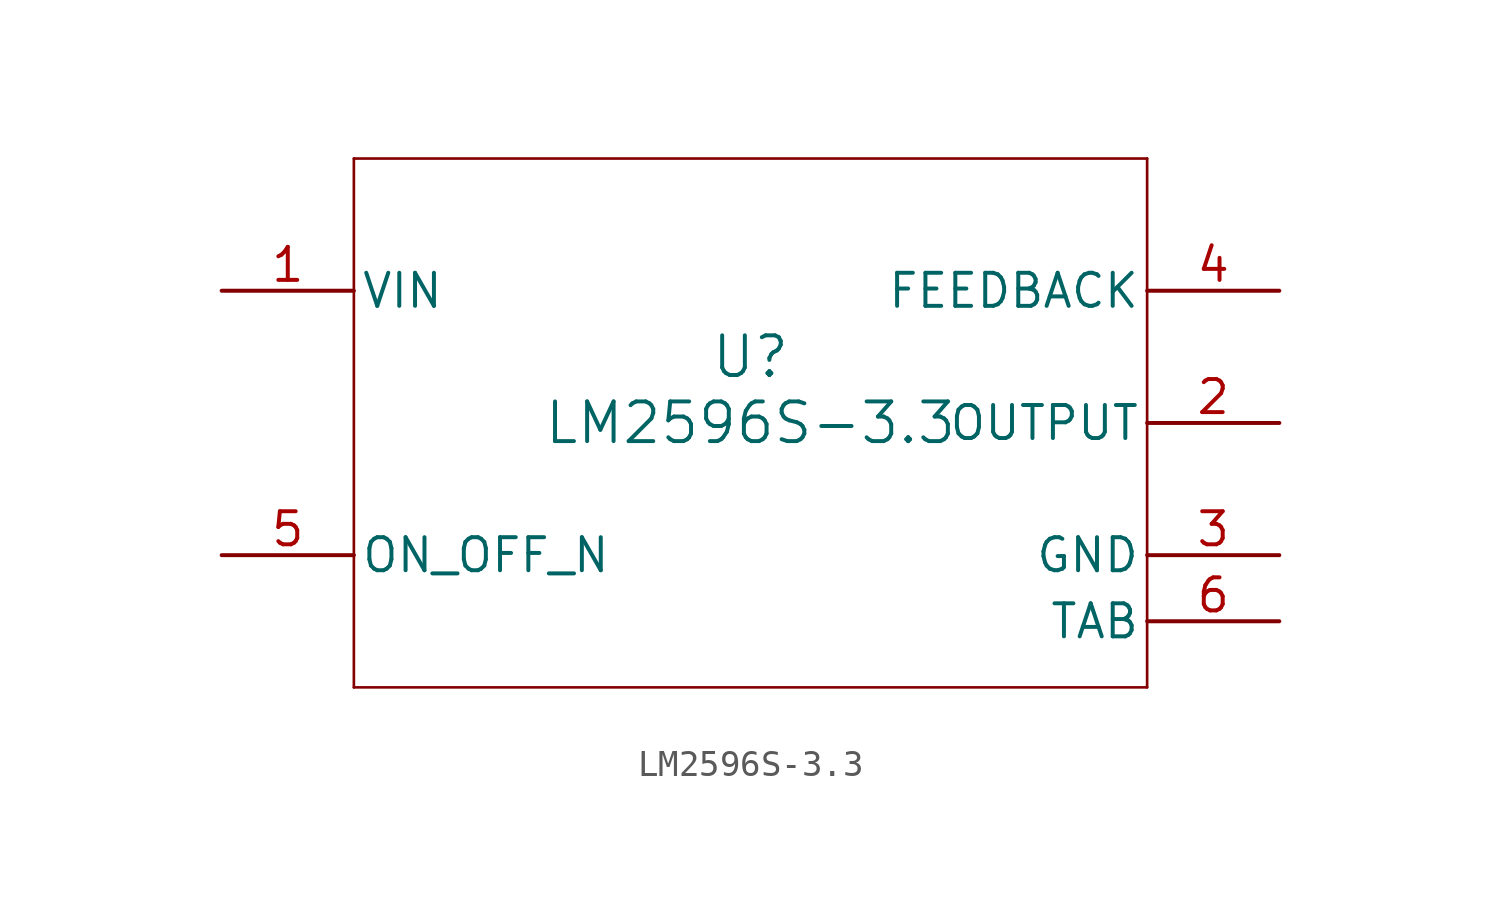
<source format=kicad_sym>
(kicad_symbol_lib
  (version 20211014)
  (generator kicad_symbol_editor)
  (symbol "LM2596S-3.3"
    (pin_names
      (offset 0.254))
    (property "Reference" "U"
      (at 0 2.54 0)
      (effects (font (size 1.524 1.524))))
    (property "Value" "LM2596S-3.3"
      (at 0 0 0)
      (effects (font (size 1.524 1.524))))
    (symbol "LM2596S-3.3_0_1"
      (polyline (pts (xy -15.24 -10.16) (xy 15.24 -10.16)) (stroke (width 0.102) (type default) (color 0 0 0 0)) (fill (type none)))
      (polyline (pts (xy 15.24 -10.16) (xy 15.24 10.16)) (stroke (width 0.102) (type default) (color 0 0 0 0)) (fill (type none)))
      (polyline (pts (xy 15.24 10.16) (xy -15.24 10.16)) (stroke (width 0.102) (type default) (color 0 0 0 0)) (fill (type none)))
      (polyline (pts (xy -15.24 10.16) (xy -15.24 -10.16)) (stroke (width 0.102) (type default) (color 0 0 0 0)) (fill (type none)))
      (pin power_in line (at -20.32 5.08 0) (length 5.08) (name "VIN" (effects (font (size 1.27 1.27)))) (number "1" (effects (font (size 1.27 1.27)))))
      (pin power_in line (at 20.32 0 180) (length 5.08) (name "OUTPUT" (effects (font (size 1.27 1.27)))) (number "2" (effects (font (size 1.27 1.27)))))
      (pin power_in line (at 20.32 -5.08 180) (length 5.08) (name "GND" (effects (font (size 1.27 1.27)))) (number "3" (effects (font (size 1.27 1.27)))))
      (pin input line (at 20.32 5.08 180) (length 5.08) (name "FEEDBACK" (effects (font (size 1.27 1.27)))) (number "4" (effects (font (size 1.27 1.27)))))
      (pin input line (at -20.32 -5.08 0) (length 5.08) (name "ON_OFF_N" (effects (font (size 1.27 1.27)))) (number "5" (effects (font (size 1.27 1.27)))))
      (pin power_in line (at 20.32 -7.62 180) (length 5.08) (name "TAB" (effects (font (size 1.27 1.27)))) (number "6" (effects (font (size 1.27 1.27))))))))
</source>
